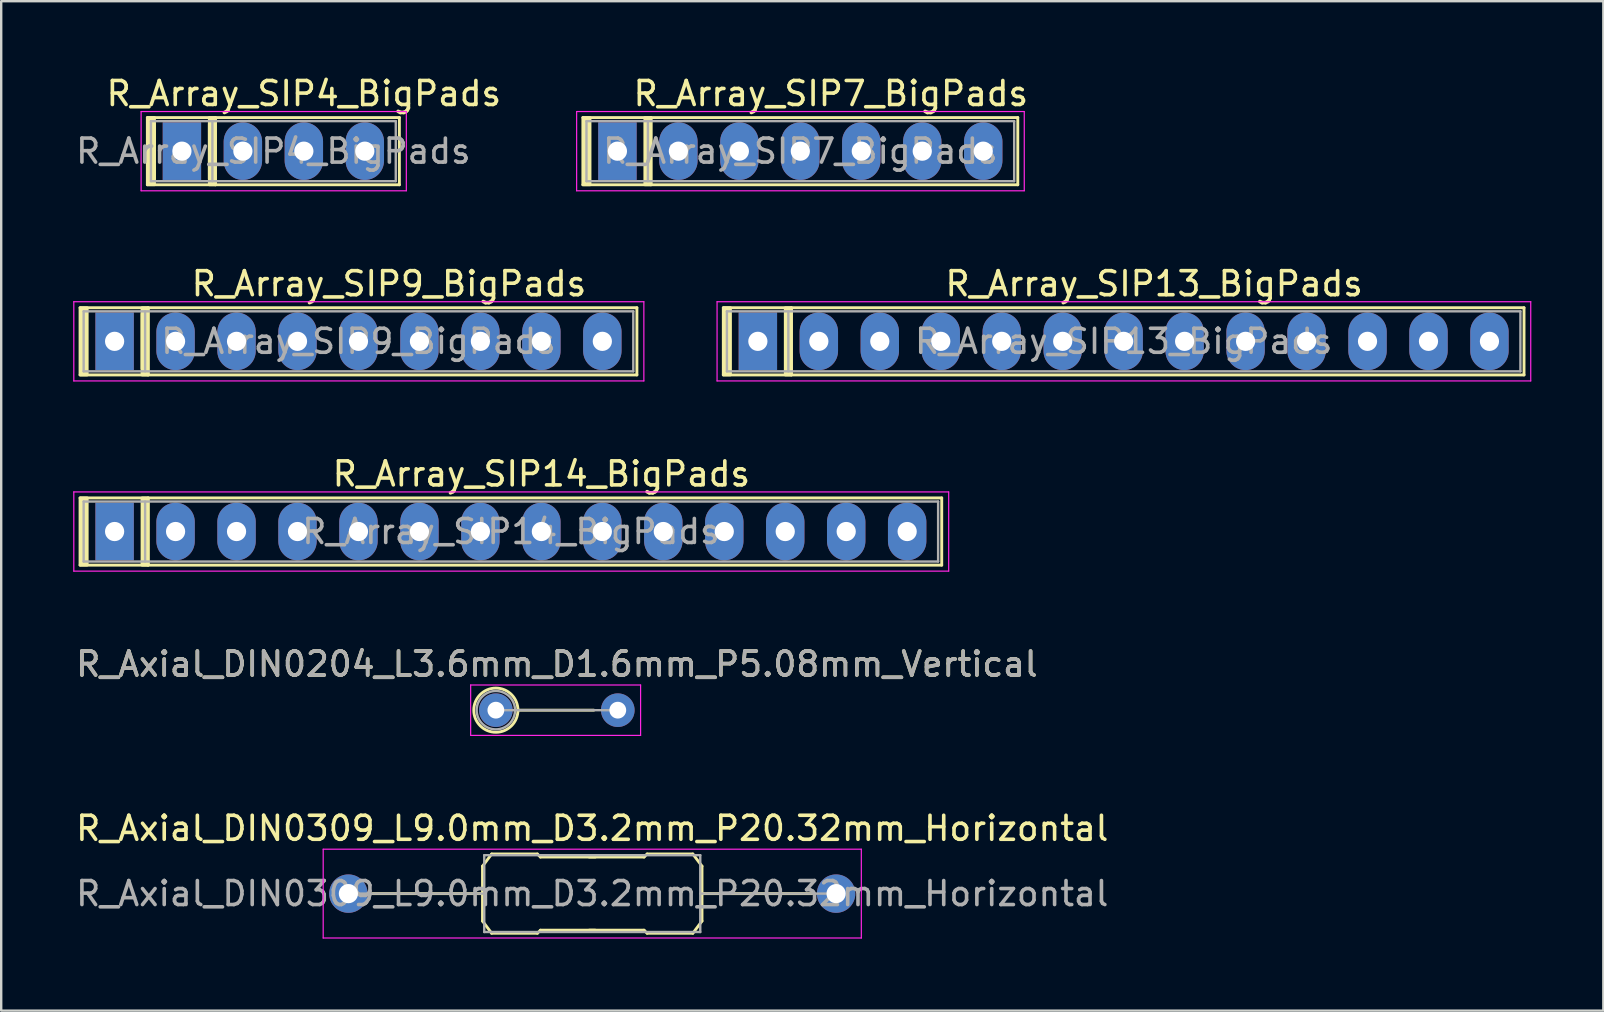
<source format=kicad_pcb>
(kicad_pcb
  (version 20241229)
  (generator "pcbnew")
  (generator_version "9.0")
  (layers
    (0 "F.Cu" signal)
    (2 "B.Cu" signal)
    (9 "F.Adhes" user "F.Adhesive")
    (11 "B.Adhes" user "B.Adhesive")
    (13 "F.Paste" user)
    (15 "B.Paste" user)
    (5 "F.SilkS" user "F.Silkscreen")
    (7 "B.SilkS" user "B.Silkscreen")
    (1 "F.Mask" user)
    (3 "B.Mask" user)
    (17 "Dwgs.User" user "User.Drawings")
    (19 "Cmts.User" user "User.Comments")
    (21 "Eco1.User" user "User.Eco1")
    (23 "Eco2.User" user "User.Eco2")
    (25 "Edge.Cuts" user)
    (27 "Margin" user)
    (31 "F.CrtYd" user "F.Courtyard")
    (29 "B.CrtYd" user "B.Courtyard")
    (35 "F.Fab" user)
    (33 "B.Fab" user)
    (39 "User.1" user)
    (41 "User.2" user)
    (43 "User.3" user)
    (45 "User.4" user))
  (footprint "R_Array_SIP13_BigPads"
    (layer "F.Cu")
    (at 28.525 11.171)
    (property "Reference" "R_Array_SIP13_BigPads" (at 16.51 -2.4 0) (layer "F.SilkS") (effects (font (size 1 1) (thickness 0.15))))
    (attr through_hole)
    (fp_line (start -1.44 -1.4) (end -1.44 1.4) (stroke (width 0.12) (type solid)) (layer "F.SilkS"))
    (fp_line (start -1.44 1.4) (end 31.92 1.4) (stroke (width 0.12) (type solid)) (layer "F.SilkS"))
    (fp_line (start 1.397 -1.4) (end 1.397 1.4) (stroke (width 0.12) (type solid)) (layer "F.SilkS"))
    (fp_line (start 31.92 -1.4) (end -1.44 -1.4) (stroke (width 0.12) (type solid)) (layer "F.SilkS"))
    (fp_line (start 31.92 1.4) (end 31.92 -1.4) (stroke (width 0.12) (type solid)) (layer "F.SilkS"))
    (fp_rect (start -1.397 -1.4) (end -1.143 1.397) (stroke (width 0.12) (type solid)) (fill yes) (layer "F.SilkS"))
    (fp_rect (start 1.143 -1.397) (end 1.397 1.4) (stroke (width 0.12) (type solid)) (fill yes) (layer "F.SilkS"))
    (fp_line (start -1.7 -1.65) (end -1.7 1.65) (stroke (width 0.05) (type solid)) (layer "F.CrtYd"))
    (fp_line (start -1.7 1.65) (end 32.2 1.65) (stroke (width 0.05) (type solid)) (layer "F.CrtYd"))
    (fp_line (start 32.2 -1.65) (end -1.7 -1.65) (stroke (width 0.05) (type solid)) (layer "F.CrtYd"))
    (fp_line (start 32.2 1.65) (end 32.2 -1.65) (stroke (width 0.05) (type solid)) (layer "F.CrtYd"))
    (fp_line (start -1.29 -1.25) (end -1.29 1.25) (stroke (width 0.1) (type solid)) (layer "F.Fab"))
    (fp_line (start -1.29 1.25) (end 31.77 1.25) (stroke (width 0.1) (type solid)) (layer "F.Fab"))
    (fp_line (start 1.27 -1.25) (end 1.27 1.25) (stroke (width 0.1) (type solid)) (layer "F.Fab"))
    (fp_line (start 31.77 -1.25) (end -1.29 -1.25) (stroke (width 0.1) (type solid)) (layer "F.Fab"))
    (fp_line (start 31.77 1.25) (end 31.77 -1.25) (stroke (width 0.1) (type solid)) (layer "F.Fab"))
    (fp_text user "${REFERENCE}" (at 15.24 0 0) (layer "F.Fab") (effects (font (size 1 1) (thickness 0.15))))
    (pad "1" thru_hole rect (at 0 0) (size 1.6 2.4) (drill 0.8) (layers "*.Cu" "*.Mask"))
    (pad "2" thru_hole oval (at 2.54 0) (size 1.6 2.4) (drill 0.8) (layers "*.Cu" "*.Mask"))
    (pad "3" thru_hole oval (at 5.08 0) (size 1.6 2.4) (drill 0.8) (layers "*.Cu" "*.Mask"))
    (pad "4" thru_hole oval (at 7.62 0) (size 1.6 2.4) (drill 0.8) (layers "*.Cu" "*.Mask"))
    (pad "5" thru_hole oval (at 10.16 0) (size 1.6 2.4) (drill 0.8) (layers "*.Cu" "*.Mask"))
    (pad "6" thru_hole oval (at 12.7 0) (size 1.6 2.4) (drill 0.8) (layers "*.Cu" "*.Mask"))
    (pad "7" thru_hole oval (at 15.24 0) (size 1.6 2.4) (drill 0.8) (layers "*.Cu" "*.Mask"))
    (pad "8" thru_hole oval (at 17.78 0) (size 1.6 2.4) (drill 0.8) (layers "*.Cu" "*.Mask"))
    (pad "9" thru_hole oval (at 20.32 0) (size 1.6 2.4) (drill 0.8) (layers "*.Cu" "*.Mask"))
    (pad "10" thru_hole oval (at 22.86 0) (size 1.6 2.4) (drill 0.8) (layers "*.Cu" "*.Mask"))
    (pad "11" thru_hole oval (at 25.4 0) (size 1.6 2.4) (drill 0.8) (layers "*.Cu" "*.Mask"))
    (pad "12" thru_hole oval (at 27.94 0) (size 1.6 2.4) (drill 0.8) (layers "*.Cu" "*.Mask"))
    (pad "13" thru_hole oval (at 30.48 0) (size 1.6 2.4) (drill 0.8) (layers "*.Cu" "*.Mask")))
  (footprint "R_Axial_DIN0204_L3.6mm_D1.6mm_P5.08mm_Vertical"
    (layer "F.Cu")
    (at 17.609 26.538)
    (property "Reference" "R_Axial_DIN0204_L3.6mm_D1.6mm_P5.08mm_Vertical" (at 2.54 -1.92 0) (layer "F.SilkS") (effects (font (size 1 1) (thickness 0.15))))
    (attr through_hole)
    (fp_line (start 0.92 0) (end 4.08 0) (stroke (width 0.12) (type solid)) (layer "F.SilkS"))
    (fp_circle (center 0 0) (end 0.92 0) (stroke (width 0.12) (type solid)) (fill no) (layer "F.SilkS"))
    (fp_line (start -1.05 -1.05) (end -1.05 1.05) (stroke (width 0.05) (type solid)) (layer "F.CrtYd"))
    (fp_line (start -1.05 1.05) (end 6.03 1.05) (stroke (width 0.05) (type solid)) (layer "F.CrtYd"))
    (fp_line (start 6.03 -1.05) (end -1.05 -1.05) (stroke (width 0.05) (type solid)) (layer "F.CrtYd"))
    (fp_line (start 6.03 1.05) (end 6.03 -1.05) (stroke (width 0.05) (type solid)) (layer "F.CrtYd"))
    (fp_line (start 0 0) (end 5.08 0) (stroke (width 0.1) (type solid)) (layer "F.Fab"))
    (fp_circle (center 0 0) (end 0.8 0) (stroke (width 0.1) (type solid)) (fill no) (layer "F.Fab"))
    (fp_text user "${REFERENCE}" (at 2.54 -1.92 0) (layer "F.Fab") (effects (font (size 1 1) (thickness 0.15))))
    (pad "1" thru_hole circle (at 0 0) (size 1.4 1.4) (drill 0.7) (layers "*.Cu" "*.Mask"))
    (pad "2" thru_hole oval (at 5.08 0) (size 1.4 1.4) (drill 0.7) (layers "*.Cu" "*.Mask")))
  (footprint "R_Array_SIP9_BigPads"
    (layer "F.Cu")
    (at 1.725 11.171)
    (property "Reference" "R_Array_SIP9_BigPads" (at 11.43 -2.4 0) (layer "F.SilkS") (effects (font (size 1 1) (thickness 0.15))))
    (attr through_hole)
    (fp_line (start -1.44 -1.4) (end -1.44 1.4) (stroke (width 0.12) (type solid)) (layer "F.SilkS"))
    (fp_line (start -1.44 1.4) (end 21.76 1.4) (stroke (width 0.12) (type solid)) (layer "F.SilkS"))
    (fp_line (start 1.143 -1.143) (end 1.143 1.143) (stroke (width 0.12) (type solid)) (layer "F.SilkS"))
    (fp_line (start 1.397 -1.4) (end 1.397 1.4) (stroke (width 0.12) (type solid)) (layer "F.SilkS"))
    (fp_line (start 21.76 -1.4) (end -1.44 -1.4) (stroke (width 0.12) (type solid)) (layer "F.SilkS"))
    (fp_line (start 21.76 1.4) (end 21.76 -1.4) (stroke (width 0.12) (type solid)) (layer "F.SilkS"))
    (fp_rect (start -1.397 -1.397) (end -1.143 1.4) (stroke (width 0.12) (type solid)) (fill yes) (layer "F.SilkS"))
    (fp_rect (start 1.143 -1.397) (end 1.397 1.4) (stroke (width 0.12) (type solid)) (fill yes) (layer "F.SilkS"))
    (fp_line (start -1.7 -1.65) (end -1.7 1.65) (stroke (width 0.05) (type solid)) (layer "F.CrtYd"))
    (fp_line (start -1.7 1.65) (end 22.05 1.65) (stroke (width 0.05) (type solid)) (layer "F.CrtYd"))
    (fp_line (start 22.05 -1.65) (end -1.7 -1.65) (stroke (width 0.05) (type solid)) (layer "F.CrtYd"))
    (fp_line (start 22.05 1.65) (end 22.05 -1.65) (stroke (width 0.05) (type solid)) (layer "F.CrtYd"))
    (fp_line (start -1.29 -1.25) (end -1.29 1.25) (stroke (width 0.1) (type solid)) (layer "F.Fab"))
    (fp_line (start -1.29 1.25) (end 21.61 1.25) (stroke (width 0.1) (type solid)) (layer "F.Fab"))
    (fp_line (start 1.27 -1.25) (end 1.27 1.25) (stroke (width 0.1) (type solid)) (layer "F.Fab"))
    (fp_line (start 21.61 -1.25) (end -1.29 -1.25) (stroke (width 0.1) (type solid)) (layer "F.Fab"))
    (fp_line (start 21.61 1.25) (end 21.61 -1.25) (stroke (width 0.1) (type solid)) (layer "F.Fab"))
    (fp_text user "${REFERENCE}" (at 10.16 0 0) (layer "F.Fab") (effects (font (size 1 1) (thickness 0.15))))
    (pad "1" thru_hole rect (at 0 0) (size 1.6 2.4) (drill 0.8) (layers "*.Cu" "*.Mask"))
    (pad "2" thru_hole oval (at 2.54 0) (size 1.6 2.4) (drill 0.8) (layers "*.Cu" "*.Mask"))
    (pad "3" thru_hole oval (at 5.08 0) (size 1.6 2.4) (drill 0.8) (layers "*.Cu" "*.Mask"))
    (pad "4" thru_hole oval (at 7.62 0) (size 1.6 2.4) (drill 0.8) (layers "*.Cu" "*.Mask"))
    (pad "5" thru_hole oval (at 10.16 0) (size 1.6 2.4) (drill 0.8) (layers "*.Cu" "*.Mask"))
    (pad "6" thru_hole oval (at 12.7 0) (size 1.6 2.4) (drill 0.8) (layers "*.Cu" "*.Mask"))
    (pad "7" thru_hole oval (at 15.24 0) (size 1.6 2.4) (drill 0.8) (layers "*.Cu" "*.Mask"))
    (pad "8" thru_hole oval (at 17.78 0) (size 1.6 2.4) (drill 0.8) (layers "*.Cu" "*.Mask"))
    (pad "9" thru_hole oval (at 20.32 0) (size 1.6 2.4) (drill 0.8) (layers "*.Cu" "*.Mask")))
  (footprint "R_Array_SIP4_BigPads"
    (layer "F.Cu")
    (at 4.529 3.248)
    (property "Reference" "R_Array_SIP4_BigPads" (at 5.08 -2.4 0) (layer "F.SilkS") (effects (font (size 1 1) (thickness 0.15))))
    (attr through_hole)
    (fp_line (start -1.44 -1.4) (end -1.44 1.4) (stroke (width 0.12) (type solid)) (layer "F.SilkS"))
    (fp_line (start -1.44 1.4) (end 9.06 1.4) (stroke (width 0.12) (type solid)) (layer "F.SilkS"))
    (fp_line (start -1.143 1.143) (end -1.143 -1.143) (stroke (width 0.12) (type solid)) (layer "F.SilkS"))
    (fp_line (start 1.143 -1.143) (end 1.143 1.143) (stroke (width 0.12) (type solid)) (layer "F.SilkS"))
    (fp_line (start 1.397 -1.4) (end 1.397 1.4) (stroke (width 0.12) (type solid)) (layer "F.SilkS"))
    (fp_line (start 9.06 -1.4) (end -1.44 -1.4) (stroke (width 0.12) (type solid)) (layer "F.SilkS"))
    (fp_line (start 9.06 1.4) (end 9.06 -1.4) (stroke (width 0.12) (type solid)) (layer "F.SilkS"))
    (fp_rect (start -1.397 -1.4) (end -1.143 1.397) (stroke (width 0.12) (type solid)) (fill yes) (layer "F.SilkS"))
    (fp_rect (start 1.143 -1.397) (end 1.397 1.4) (stroke (width 0.12) (type solid)) (fill yes) (layer "F.SilkS"))
    (fp_line (start -1.7 -1.65) (end -1.7 1.65) (stroke (width 0.05) (type solid)) (layer "F.CrtYd"))
    (fp_line (start -1.7 1.65) (end 9.35 1.65) (stroke (width 0.05) (type solid)) (layer "F.CrtYd"))
    (fp_line (start 9.35 -1.65) (end -1.7 -1.65) (stroke (width 0.05) (type solid)) (layer "F.CrtYd"))
    (fp_line (start 9.35 1.65) (end 9.35 -1.65) (stroke (width 0.05) (type solid)) (layer "F.CrtYd"))
    (fp_line (start -1.29 -1.25) (end -1.29 1.25) (stroke (width 0.1) (type solid)) (layer "F.Fab"))
    (fp_line (start -1.29 1.25) (end 8.91 1.25) (stroke (width 0.1) (type solid)) (layer "F.Fab"))
    (fp_line (start 1.27 -1.25) (end 1.27 1.25) (stroke (width 0.1) (type solid)) (layer "F.Fab"))
    (fp_line (start 8.91 -1.25) (end -1.29 -1.25) (stroke (width 0.1) (type solid)) (layer "F.Fab"))
    (fp_line (start 8.91 1.25) (end 8.91 -1.25) (stroke (width 0.1) (type solid)) (layer "F.Fab"))
    (fp_text user "${REFERENCE}" (at 3.81 0 0) (layer "F.Fab") (effects (font (size 1 1) (thickness 0.15))))
    (pad "1" thru_hole rect (at 0 0) (size 1.6 2.4) (drill 0.8) (layers "*.Cu" "*.Mask"))
    (pad "2" thru_hole oval (at 2.54 0) (size 1.6 2.4) (drill 0.8) (layers "*.Cu" "*.Mask"))
    (pad "3" thru_hole oval (at 5.08 0) (size 1.6 2.4) (drill 0.8) (layers "*.Cu" "*.Mask"))
    (pad "4" thru_hole oval (at 7.62 0) (size 1.6 2.4) (drill 0.8) (layers "*.Cu" "*.Mask")))
  (footprint "R_Array_SIP7_BigPads"
    (layer "F.Cu")
    (at 22.674 3.248)
    (property "Reference" "R_Array_SIP7_BigPads" (at 8.89 -2.4 0) (layer "F.SilkS") (effects (font (size 1 1) (thickness 0.15))))
    (attr through_hole)
    (fp_line (start -1.44 -1.4) (end -1.44 1.4) (stroke (width 0.12) (type solid)) (layer "F.SilkS"))
    (fp_line (start -1.44 1.4) (end 16.68 1.4) (stroke (width 0.12) (type solid)) (layer "F.SilkS"))
    (fp_line (start 1.397 -1.4) (end 1.397 1.4) (stroke (width 0.12) (type solid)) (layer "F.SilkS"))
    (fp_line (start 16.68 -1.4) (end -1.44 -1.4) (stroke (width 0.12) (type solid)) (layer "F.SilkS"))
    (fp_line (start 16.68 1.4) (end 16.68 -1.4) (stroke (width 0.12) (type solid)) (layer "F.SilkS"))
    (fp_rect (start -1.397 -1.397) (end -1.143 1.4) (stroke (width 0.12) (type solid)) (fill yes) (layer "F.SilkS"))
    (fp_rect (start 1.143 -1.397) (end 1.397 1.4) (stroke (width 0.12) (type solid)) (fill yes) (layer "F.SilkS"))
    (fp_line (start -1.7 -1.65) (end -1.7 1.65) (stroke (width 0.05) (type solid)) (layer "F.CrtYd"))
    (fp_line (start -1.7 1.65) (end 16.95 1.65) (stroke (width 0.05) (type solid)) (layer "F.CrtYd"))
    (fp_line (start 16.95 -1.65) (end -1.7 -1.65) (stroke (width 0.05) (type solid)) (layer "F.CrtYd"))
    (fp_line (start 16.95 1.65) (end 16.95 -1.65) (stroke (width 0.05) (type solid)) (layer "F.CrtYd"))
    (fp_line (start -1.29 -1.25) (end -1.29 1.25) (stroke (width 0.1) (type solid)) (layer "F.Fab"))
    (fp_line (start -1.29 1.25) (end 16.53 1.25) (stroke (width 0.1) (type solid)) (layer "F.Fab"))
    (fp_line (start 1.27 -1.25) (end 1.27 1.25) (stroke (width 0.1) (type solid)) (layer "F.Fab"))
    (fp_line (start 16.53 -1.25) (end -1.29 -1.25) (stroke (width 0.1) (type solid)) (layer "F.Fab"))
    (fp_line (start 16.53 1.25) (end 16.53 -1.25) (stroke (width 0.1) (type solid)) (layer "F.Fab"))
    (fp_text user "${REFERENCE}" (at 7.62 0 0) (layer "F.Fab") (effects (font (size 1 1) (thickness 0.15))))
    (pad "1" thru_hole rect (at 0 0) (size 1.6 2.4) (drill 0.8) (layers "*.Cu" "*.Mask"))
    (pad "2" thru_hole oval (at 2.54 0) (size 1.6 2.4) (drill 0.8) (layers "*.Cu" "*.Mask"))
    (pad "3" thru_hole oval (at 5.08 0) (size 1.6 2.4) (drill 0.8) (layers "*.Cu" "*.Mask"))
    (pad "4" thru_hole oval (at 7.62 0) (size 1.6 2.4) (drill 0.8) (layers "*.Cu" "*.Mask"))
    (pad "5" thru_hole oval (at 10.16 0) (size 1.6 2.4) (drill 0.8) (layers "*.Cu" "*.Mask"))
    (pad "6" thru_hole oval (at 12.7 0) (size 1.6 2.4) (drill 0.8) (layers "*.Cu" "*.Mask"))
    (pad "7" thru_hole oval (at 15.24 0) (size 1.6 2.4) (drill 0.8) (layers "*.Cu" "*.Mask")))
  (footprint "R_Array_SIP14_BigPads"
    (layer "F.Cu")
    (at 1.725 19.095)
    (property "Reference" "R_Array_SIP14_BigPads" (at 17.78 -2.4 0) (layer "F.SilkS") (effects (font (size 1 1) (thickness 0.15))))
    (attr through_hole)
    (fp_line (start -1.44 -1.4) (end -1.44 1.4) (stroke (width 0.12) (type solid)) (layer "F.SilkS"))
    (fp_line (start -1.44 1.4) (end 34.46 1.4) (stroke (width 0.12) (type solid)) (layer "F.SilkS"))
    (fp_line (start 1.397 -1.4) (end 1.397 1.4) (stroke (width 0.12) (type solid)) (layer "F.SilkS"))
    (fp_line (start 34.46 -1.4) (end -1.44 -1.4) (stroke (width 0.12) (type solid)) (layer "F.SilkS"))
    (fp_line (start 34.46 1.4) (end 34.46 -1.4) (stroke (width 0.12) (type solid)) (layer "F.SilkS"))
    (fp_rect (start -1.397 -1.4) (end -1.143 1.397) (stroke (width 0.12) (type solid)) (fill yes) (layer "F.SilkS"))
    (fp_rect (start 1.143 -1.397) (end 1.397 1.4) (stroke (width 0.12) (type solid)) (fill yes) (layer "F.SilkS"))
    (fp_line (start -1.7 -1.65) (end -1.7 1.65) (stroke (width 0.05) (type solid)) (layer "F.CrtYd"))
    (fp_line (start -1.7 1.65) (end 34.75 1.65) (stroke (width 0.05) (type solid)) (layer "F.CrtYd"))
    (fp_line (start 34.75 -1.65) (end -1.7 -1.65) (stroke (width 0.05) (type solid)) (layer "F.CrtYd"))
    (fp_line (start 34.75 1.65) (end 34.75 -1.65) (stroke (width 0.05) (type solid)) (layer "F.CrtYd"))
    (fp_line (start -1.29 -1.25) (end -1.29 1.25) (stroke (width 0.1) (type solid)) (layer "F.Fab"))
    (fp_line (start -1.29 1.25) (end 34.31 1.25) (stroke (width 0.1) (type solid)) (layer "F.Fab"))
    (fp_line (start 1.27 -1.25) (end 1.27 1.25) (stroke (width 0.1) (type solid)) (layer "F.Fab"))
    (fp_line (start 34.31 -1.25) (end -1.29 -1.25) (stroke (width 0.1) (type solid)) (layer "F.Fab"))
    (fp_line (start 34.31 1.25) (end 34.31 -1.25) (stroke (width 0.1) (type solid)) (layer "F.Fab"))
    (fp_text user "${REFERENCE}" (at 16.51 0 0) (layer "F.Fab") (effects (font (size 1 1) (thickness 0.15))))
    (pad "1" thru_hole rect (at 0 0) (size 1.6 2.4) (drill 0.8) (layers "*.Cu" "*.Mask"))
    (pad "2" thru_hole oval (at 2.54 0) (size 1.6 2.4) (drill 0.8) (layers "*.Cu" "*.Mask"))
    (pad "3" thru_hole oval (at 5.08 0) (size 1.6 2.4) (drill 0.8) (layers "*.Cu" "*.Mask"))
    (pad "4" thru_hole oval (at 7.62 0) (size 1.6 2.4) (drill 0.8) (layers "*.Cu" "*.Mask"))
    (pad "5" thru_hole oval (at 10.16 0) (size 1.6 2.4) (drill 0.8) (layers "*.Cu" "*.Mask"))
    (pad "6" thru_hole oval (at 12.7 0) (size 1.6 2.4) (drill 0.8) (layers "*.Cu" "*.Mask"))
    (pad "7" thru_hole oval (at 15.24 0) (size 1.6 2.4) (drill 0.8) (layers "*.Cu" "*.Mask"))
    (pad "8" thru_hole oval (at 17.78 0) (size 1.6 2.4) (drill 0.8) (layers "*.Cu" "*.Mask"))
    (pad "9" thru_hole oval (at 20.32 0) (size 1.6 2.4) (drill 0.8) (layers "*.Cu" "*.Mask"))
    (pad "10" thru_hole oval (at 22.86 0) (size 1.6 2.4) (drill 0.8) (layers "*.Cu" "*.Mask"))
    (pad "11" thru_hole oval (at 25.4 0) (size 1.6 2.4) (drill 0.8) (layers "*.Cu" "*.Mask"))
    (pad "12" thru_hole oval (at 27.94 0) (size 1.6 2.4) (drill 0.8) (layers "*.Cu" "*.Mask"))
    (pad "13" thru_hole oval (at 30.48 0) (size 1.6 2.4) (drill 0.8) (layers "*.Cu" "*.Mask"))
    (pad "14" thru_hole oval (at 33.02 0) (size 1.6 2.4) (drill 0.8) (layers "*.Cu" "*.Mask")))
  (footprint "R_Axial_DIN0309_L9.0mm_D3.2mm_P20.32mm_Horizontal"
    (layer "F.Cu")
    (at 11.465 34.181)
    (property "Reference" "R_Axial_DIN0309_L9.0mm_D3.2mm_P20.32mm_Horizontal" (at 10.16 -2.72 0) (layer "F.SilkS") (effects (font (size 1 1) (thickness 0.15))))
    (attr through_hole)
    (fp_line (start 5.588 -1.143) (end 5.969 -1.651) (stroke (width 0.12) (type solid)) (layer "F.SilkS"))
    (fp_line (start 5.588 0) (end 1.016 0) (stroke (width 0.12) (type solid)) (layer "F.SilkS"))
    (fp_line (start 5.588 1.143) (end 5.588 -1.143) (stroke (width 0.12) (type solid)) (layer "F.SilkS"))
    (fp_line (start 5.588 1.143) (end 5.969 1.651) (stroke (width 0.12) (type solid)) (layer "F.SilkS"))
    (fp_line (start 5.969 -1.651) (end 7.874 -1.651) (stroke (width 0.12) (type solid)) (layer "F.SilkS"))
    (fp_line (start 5.969 1.651) (end 7.874 1.651) (stroke (width 0.12) (type solid)) (layer "F.SilkS"))
    (fp_line (start 7.874 -1.651) (end 8.001 -1.524) (stroke (width 0.12) (type solid)) (layer "F.SilkS"))
    (fp_line (start 7.874 1.651) (end 8.001 1.524) (stroke (width 0.12) (type solid)) (layer "F.SilkS"))
    (fp_line (start 8.001 -1.524) (end 10.287 -1.524) (stroke (width 0.12) (type solid)) (layer "F.SilkS"))
    (fp_line (start 8.001 1.524) (end 10.287 1.524) (stroke (width 0.12) (type solid)) (layer "F.SilkS"))
    (fp_line (start 12.319 -1.524) (end 10.033 -1.524) (stroke (width 0.12) (type solid)) (layer "F.SilkS"))
    (fp_line (start 12.319 1.524) (end 10.033 1.524) (stroke (width 0.12) (type solid)) (layer "F.SilkS"))
    (fp_line (start 12.446 -1.651) (end 12.319 -1.524) (stroke (width 0.12) (type solid)) (layer "F.SilkS"))
    (fp_line (start 12.446 1.651) (end 12.319 1.524) (stroke (width 0.12) (type solid)) (layer "F.SilkS"))
    (fp_line (start 14.351 -1.651) (end 12.446 -1.651) (stroke (width 0.12) (type solid)) (layer "F.SilkS"))
    (fp_line (start 14.351 1.651) (end 12.446 1.651) (stroke (width 0.12) (type solid)) (layer "F.SilkS"))
    (fp_line (start 14.732 -1.143) (end 14.351 -1.651) (stroke (width 0.12) (type solid)) (layer "F.SilkS"))
    (fp_line (start 14.732 0) (end 19.304 0) (stroke (width 0.12) (type solid)) (layer "F.SilkS"))
    (fp_line (start 14.732 1.143) (end 14.351 1.651) (stroke (width 0.12) (type solid)) (layer "F.SilkS"))
    (fp_line (start 14.732 1.143) (end 14.732 -1.143) (stroke (width 0.12) (type solid)) (layer "F.SilkS"))
    (fp_line (start -1.05 -1.85) (end -1.05 1.85) (stroke (width 0.05) (type solid)) (layer "F.CrtYd"))
    (fp_line (start -1.05 1.85) (end 21.37 1.85) (stroke (width 0.05) (type solid)) (layer "F.CrtYd"))
    (fp_line (start 21.37 -1.85) (end -1.05 -1.85) (stroke (width 0.05) (type solid)) (layer "F.CrtYd"))
    (fp_line (start 21.37 1.85) (end 21.37 -1.85) (stroke (width 0.05) (type solid)) (layer "F.CrtYd"))
    (fp_line (start 0 0) (end 5.66 0) (stroke (width 0.1) (type solid)) (layer "F.Fab"))
    (fp_line (start 5.66 -1.6) (end 5.66 1.6) (stroke (width 0.1) (type solid)) (layer "F.Fab"))
    (fp_line (start 5.66 1.6) (end 14.66 1.6) (stroke (width 0.1) (type solid)) (layer "F.Fab"))
    (fp_line (start 14.66 -1.6) (end 5.66 -1.6) (stroke (width 0.1) (type solid)) (layer "F.Fab"))
    (fp_line (start 14.66 1.6) (end 14.66 -1.6) (stroke (width 0.1) (type solid)) (layer "F.Fab"))
    (fp_line (start 20.32 0) (end 14.66 0) (stroke (width 0.1) (type solid)) (layer "F.Fab"))
    (fp_text user "${REFERENCE}" (at 10.16 0 0) (layer "F.Fab") (effects (font (size 1 1) (thickness 0.15))))
    (pad "1" thru_hole circle (at 0 0) (size 1.6 1.6) (drill 0.8) (layers "*.Cu" "*.Mask"))
    (pad "2" thru_hole oval (at 20.32 0) (size 1.6 1.6) (drill 0.8) (layers "*.Cu" "*.Mask")))
  (gr_rect
    (start -3 -3)
    (end 63.75 39.056)
    (stroke (width 0.1) (type default))
    (fill no)
    (layer "Edge.Cuts")))
</source>
